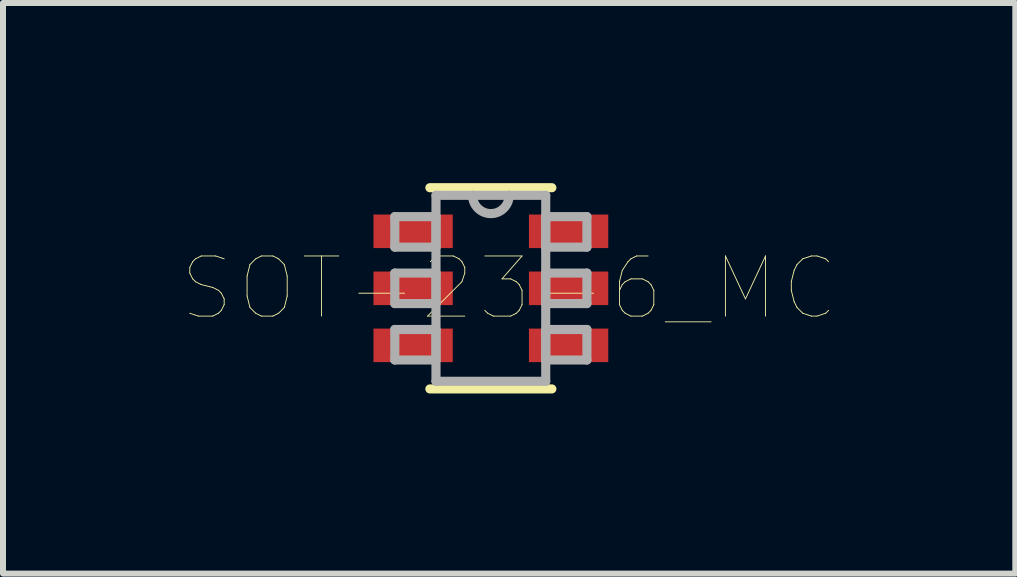
<source format=kicad_pcb>
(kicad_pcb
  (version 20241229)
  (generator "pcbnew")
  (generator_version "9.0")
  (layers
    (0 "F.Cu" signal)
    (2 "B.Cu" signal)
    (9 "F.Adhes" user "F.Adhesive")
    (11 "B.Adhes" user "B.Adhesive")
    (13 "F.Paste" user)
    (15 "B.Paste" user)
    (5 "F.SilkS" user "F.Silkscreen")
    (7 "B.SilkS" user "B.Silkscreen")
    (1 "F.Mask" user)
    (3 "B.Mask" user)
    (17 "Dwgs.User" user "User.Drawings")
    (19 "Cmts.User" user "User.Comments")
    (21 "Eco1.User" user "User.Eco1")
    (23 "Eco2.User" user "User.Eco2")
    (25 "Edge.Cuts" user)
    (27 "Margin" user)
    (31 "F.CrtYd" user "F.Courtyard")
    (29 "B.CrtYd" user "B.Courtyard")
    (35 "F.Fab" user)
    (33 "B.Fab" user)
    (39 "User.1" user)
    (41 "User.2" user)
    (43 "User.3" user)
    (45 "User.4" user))
  (footprint "SOT-23-6_MC"
    (layer "F.Cu")
    (at 5.127 1.753)
    (property "Reference" "SOT-23-6_MC" (at 0.305 0.000002 0) (layer "F.SilkS") (effects (font (size 1.002 1.002) (thickness 0.015))))
    (attr through_hole)
    (fp_line (start -1.016 1.676) (end 1.016 1.676) (stroke (width 0.152) (type solid)) (layer "F.SilkS"))
    (fp_line (start 1.016 -1.676) (end -1.016 -1.676) (stroke (width 0.152) (type solid)) (layer "F.SilkS"))
    (fp_line (start -1.6 -1.194) (end -1.6 -0.686) (stroke (width 0.152) (type solid)) (layer "F.Fab"))
    (fp_line (start -1.6 -0.686) (end -0.914 -0.686) (stroke (width 0.152) (type solid)) (layer "F.Fab"))
    (fp_line (start -1.6 -0.254) (end -1.6 0.254) (stroke (width 0.152) (type solid)) (layer "F.Fab"))
    (fp_line (start -1.6 0.254) (end -0.914 0.254) (stroke (width 0.152) (type solid)) (layer "F.Fab"))
    (fp_line (start -1.6 0.686) (end -1.6 1.194) (stroke (width 0.152) (type solid)) (layer "F.Fab"))
    (fp_line (start -1.6 1.194) (end -0.914 1.194) (stroke (width 0.152) (type solid)) (layer "F.Fab"))
    (fp_line (start -0.914 -1.549) (end -0.914 1.549) (stroke (width 0.152) (type solid)) (layer "F.Fab"))
    (fp_line (start -0.914 -1.194) (end -1.6 -1.194) (stroke (width 0.152) (type solid)) (layer "F.Fab"))
    (fp_line (start -0.914 -0.686) (end -0.914 -1.194) (stroke (width 0.152) (type solid)) (layer "F.Fab"))
    (fp_line (start -0.914 -0.254) (end -1.6 -0.254) (stroke (width 0.152) (type solid)) (layer "F.Fab"))
    (fp_line (start -0.914 0.254) (end -0.914 -0.254) (stroke (width 0.152) (type solid)) (layer "F.Fab"))
    (fp_line (start -0.914 0.686) (end -1.6 0.686) (stroke (width 0.152) (type solid)) (layer "F.Fab"))
    (fp_line (start -0.914 1.194) (end -0.914 0.686) (stroke (width 0.152) (type solid)) (layer "F.Fab"))
    (fp_line (start -0.914 1.549) (end 0.914 1.549) (stroke (width 0.152) (type solid)) (layer "F.Fab"))
    (fp_line (start -0.305 -1.549) (end -0.914 -1.549) (stroke (width 0.152) (type solid)) (layer "F.Fab"))
    (fp_line (start 0.305 -1.549) (end -0.305 -1.549) (stroke (width 0.152) (type solid)) (layer "F.Fab"))
    (fp_line (start 0.914 -1.549) (end 0.305 -1.549) (stroke (width 0.152) (type solid)) (layer "F.Fab"))
    (fp_line (start 0.914 -1.194) (end 0.914 -0.686) (stroke (width 0.152) (type solid)) (layer "F.Fab"))
    (fp_line (start 0.914 -0.686) (end 1.6 -0.686) (stroke (width 0.152) (type solid)) (layer "F.Fab"))
    (fp_line (start 0.914 -0.254) (end 0.914 0.254) (stroke (width 0.152) (type solid)) (layer "F.Fab"))
    (fp_line (start 0.914 0.254) (end 1.6 0.254) (stroke (width 0.152) (type solid)) (layer "F.Fab"))
    (fp_line (start 0.914 0.686) (end 0.914 1.194) (stroke (width 0.152) (type solid)) (layer "F.Fab"))
    (fp_line (start 0.914 1.194) (end 1.6 1.194) (stroke (width 0.152) (type solid)) (layer "F.Fab"))
    (fp_line (start 0.914 1.549) (end 0.914 -1.549) (stroke (width 0.152) (type solid)) (layer "F.Fab"))
    (fp_line (start 1.6 -1.194) (end 0.914 -1.194) (stroke (width 0.152) (type solid)) (layer "F.Fab"))
    (fp_line (start 1.6 -0.686) (end 1.6 -1.194) (stroke (width 0.152) (type solid)) (layer "F.Fab"))
    (fp_line (start 1.6 -0.254) (end 0.914 -0.254) (stroke (width 0.152) (type solid)) (layer "F.Fab"))
    (fp_line (start 1.6 0.254) (end 1.6 -0.254) (stroke (width 0.152) (type solid)) (layer "F.Fab"))
    (fp_line (start 1.6 0.686) (end 0.914 0.686) (stroke (width 0.152) (type solid)) (layer "F.Fab"))
    (fp_line (start 1.6 1.194) (end 1.6 0.686) (stroke (width 0.152) (type solid)) (layer "F.Fab"))
    (fp_arc (start 0.3048 -1.5494) (mid 0 -1.2446) (end -0.3048 -1.5494) (stroke (width 0.1524) (type solid)) (layer "F.Fab"))
    (pad "1" smd rect (at -1.295 -0.95) (size 1.321 0.559) (layers "F.Cu" "F.Mask" "F.Paste"))
    (pad "2" smd rect (at -1.295 0) (size 1.321 0.559) (layers "F.Cu" "F.Mask" "F.Paste"))
    (pad "3" smd rect (at -1.295 0.95) (size 1.321 0.559) (layers "F.Cu" "F.Mask" "F.Paste"))
    (pad "4" smd rect (at 1.295 0.95) (size 1.321 0.559) (layers "F.Cu" "F.Mask" "F.Paste"))
    (pad "5" smd rect (at 1.295 0) (size 1.321 0.559) (layers "F.Cu" "F.Mask" "F.Paste"))
    (pad "6" smd rect (at 1.295 -0.95) (size 1.321 0.559) (layers "F.Cu" "F.Mask" "F.Paste")))
  (gr_rect
    (start -3 -3)
    (end 13.864 6.505)
    (stroke (width 0.1) (type default))
    (fill no)
    (layer "Edge.Cuts")))
</source>
